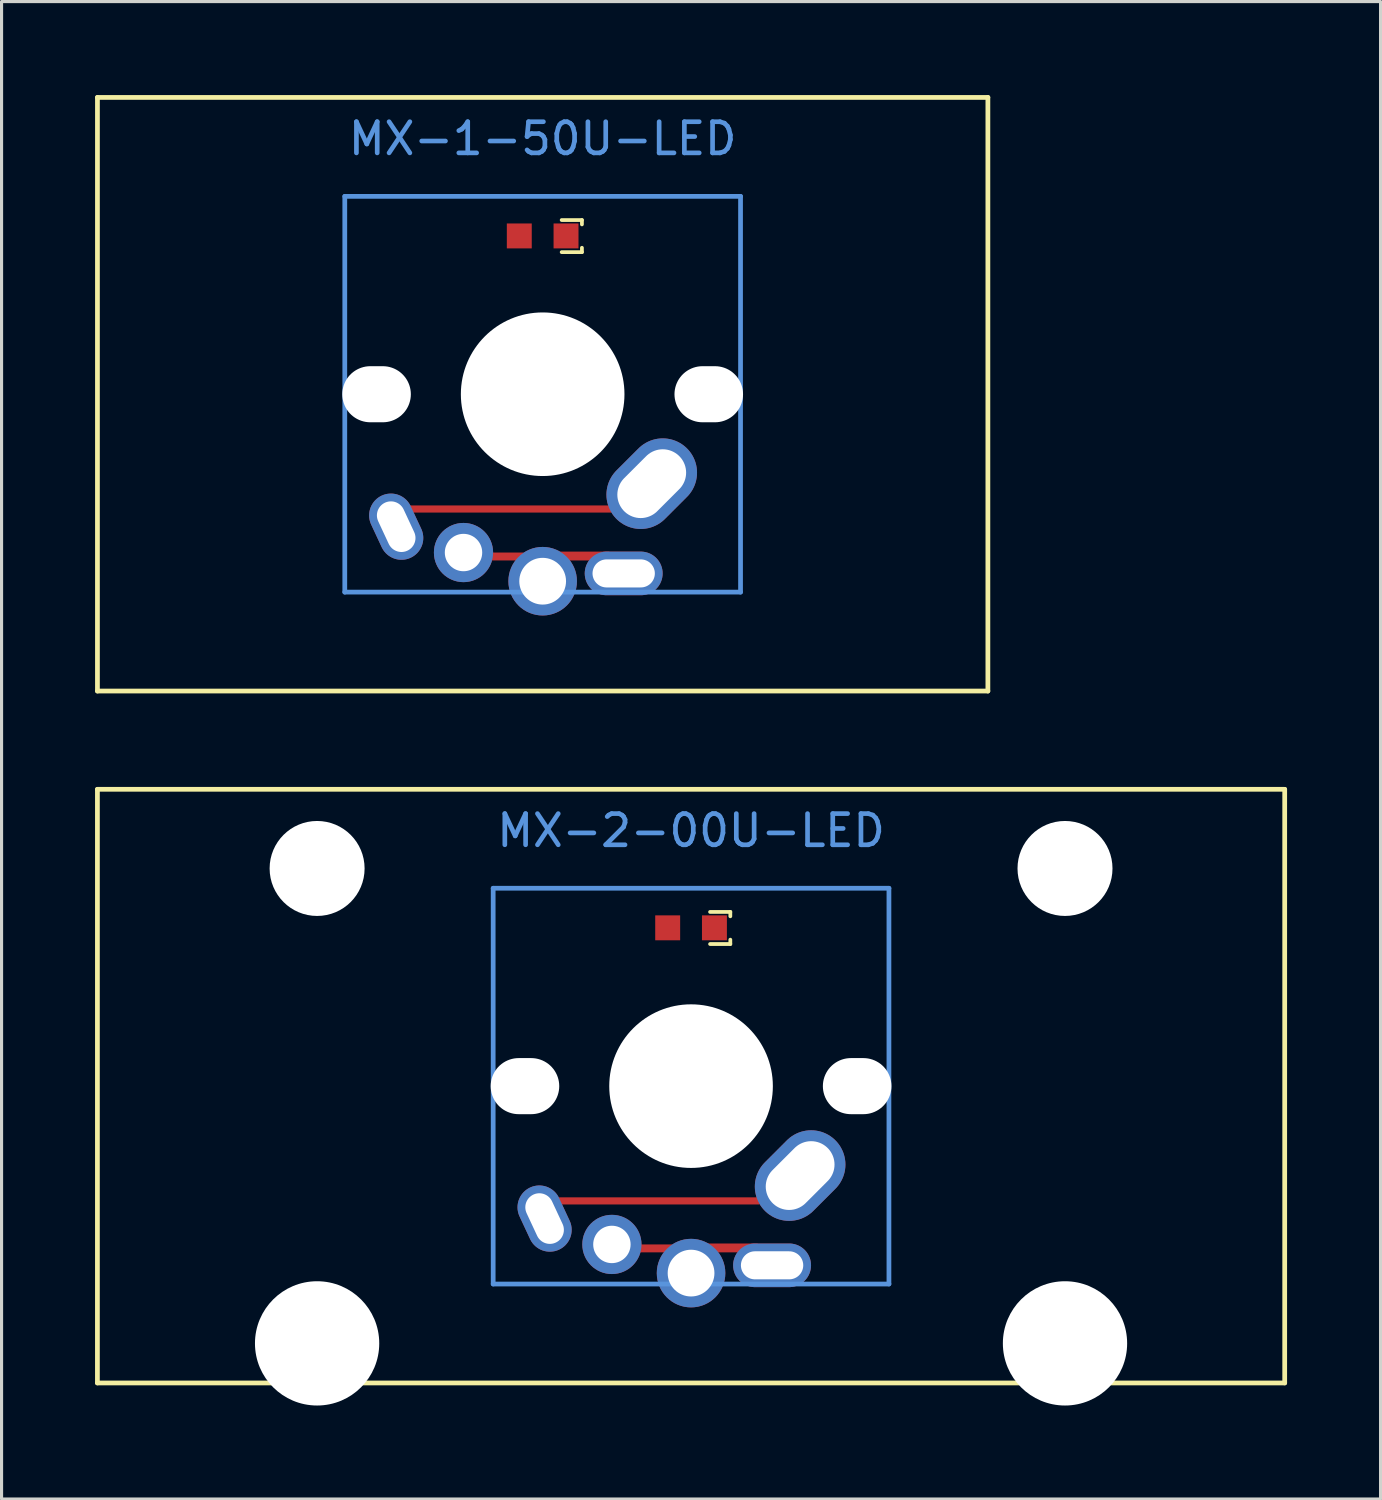
<source format=kicad_pcb>
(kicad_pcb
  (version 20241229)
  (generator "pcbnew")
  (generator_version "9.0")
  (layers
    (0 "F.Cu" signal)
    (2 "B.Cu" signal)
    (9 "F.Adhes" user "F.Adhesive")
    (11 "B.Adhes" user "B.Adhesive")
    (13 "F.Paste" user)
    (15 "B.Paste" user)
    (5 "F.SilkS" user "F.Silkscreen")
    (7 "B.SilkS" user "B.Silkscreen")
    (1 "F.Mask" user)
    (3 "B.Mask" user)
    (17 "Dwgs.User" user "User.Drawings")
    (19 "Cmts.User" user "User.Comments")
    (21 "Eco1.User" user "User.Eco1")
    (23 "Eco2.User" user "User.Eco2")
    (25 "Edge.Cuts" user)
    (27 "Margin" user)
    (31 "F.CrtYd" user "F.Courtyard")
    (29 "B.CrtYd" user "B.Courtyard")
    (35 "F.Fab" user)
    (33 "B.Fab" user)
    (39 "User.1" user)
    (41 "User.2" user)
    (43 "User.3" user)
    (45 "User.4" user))
  (footprint "MX-2-00U-LED"
    (layer "F.Cu")
    (at 19.126 26.724)
    (property "Reference" "MX-2-00U-LED" (at 0 -3.12 0) (layer "Cmts.User") (effects (font (size 1 1) (thickness 0.15))))
    (fp_line (start -19.05 -4.445) (end 19.05 -4.445) (stroke (width 0.152) (type solid)) (layer "F.SilkS"))
    (fp_line (start -19.05 14.605) (end -19.05 -4.445) (stroke (width 0.152) (type solid)) (layer "F.SilkS"))
    (fp_line (start 0.61 -0.51) (end 1.26 -0.51) (stroke (width 0.12) (type solid)) (layer "F.SilkS"))
    (fp_line (start 0.61 0.52) (end 1.26 0.52) (stroke (width 0.12) (type solid)) (layer "F.SilkS"))
    (fp_line (start 1.26 -0.51) (end 1.26 -0.37) (stroke (width 0.12) (type solid)) (layer "F.SilkS"))
    (fp_line (start 1.26 0.52) (end 1.26 0.38) (stroke (width 0.12) (type solid)) (layer "F.SilkS"))
    (fp_line (start 19.05 -4.445) (end 19.05 14.605) (stroke (width 0.152) (type solid)) (layer "F.SilkS"))
    (fp_line (start 19.05 14.605) (end -19.05 14.605) (stroke (width 0.152) (type solid)) (layer "F.SilkS"))
    (fp_line (start -6.35 -1.27) (end 6.35 -1.27) (stroke (width 0.152) (type solid)) (layer "Cmts.User"))
    (fp_line (start -6.35 11.43) (end -6.35 -1.27) (stroke (width 0.152) (type solid)) (layer "Cmts.User"))
    (fp_line (start 6.35 -1.27) (end 6.35 11.43) (stroke (width 0.152) (type solid)) (layer "Cmts.User"))
    (fp_line (start 6.35 11.43) (end -6.35 11.43) (stroke (width 0.152) (type solid)) (layer "Cmts.User"))
    (fp_line (start -7.798 -0.925) (end -6.985 -0.925) (stroke (width 0.152) (type solid)) (layer "Eco2.User"))
    (fp_line (start -7.798 2.576) (end -7.798 -0.925) (stroke (width 0.152) (type solid)) (layer "Eco2.User"))
    (fp_line (start -7.798 7.584) (end -6.985 7.584) (stroke (width 0.152) (type solid)) (layer "Eco2.User"))
    (fp_line (start -7.798 11.085) (end -7.798 7.584) (stroke (width 0.152) (type solid)) (layer "Eco2.User"))
    (fp_line (start -6.985 -1.905) (end 6.985 -1.905) (stroke (width 0.152) (type solid)) (layer "Eco2.User"))
    (fp_line (start -6.985 -0.925) (end -6.985 -1.905) (stroke (width 0.152) (type solid)) (layer "Eco2.User"))
    (fp_line (start -6.985 2.576) (end -7.798 2.576) (stroke (width 0.152) (type solid)) (layer "Eco2.User"))
    (fp_line (start -6.985 7.584) (end -6.985 2.576) (stroke (width 0.152) (type solid)) (layer "Eco2.User"))
    (fp_line (start -6.985 11.085) (end -7.798 11.085) (stroke (width 0.152) (type solid)) (layer "Eco2.User"))
    (fp_line (start -6.985 12.065) (end -6.985 11.085) (stroke (width 0.152) (type solid)) (layer "Eco2.User"))
    (fp_line (start 6.985 -1.905) (end 6.985 -0.925) (stroke (width 0.152) (type solid)) (layer "Eco2.User"))
    (fp_line (start 6.985 -0.925) (end 7.798 -0.925) (stroke (width 0.152) (type solid)) (layer "Eco2.User"))
    (fp_line (start 6.985 2.576) (end 6.985 7.584) (stroke (width 0.152) (type solid)) (layer "Eco2.User"))
    (fp_line (start 6.985 7.584) (end 7.798 7.584) (stroke (width 0.152) (type solid)) (layer "Eco2.User"))
    (fp_line (start 6.985 11.085) (end 6.985 12.065) (stroke (width 0.152) (type solid)) (layer "Eco2.User"))
    (fp_line (start 6.985 12.065) (end -6.985 12.065) (stroke (width 0.152) (type solid)) (layer "Eco2.User"))
    (fp_line (start 7.798 -0.925) (end 7.798 2.576) (stroke (width 0.152) (type solid)) (layer "Eco2.User"))
    (fp_line (start 7.798 2.576) (end 6.985 2.576) (stroke (width 0.152) (type solid)) (layer "Eco2.User"))
    (fp_line (start 7.798 7.584) (end 7.798 11.085) (stroke (width 0.152) (type solid)) (layer "Eco2.User"))
    (fp_line (start 7.798 11.085) (end 6.985 11.085) (stroke (width 0.152) (type solid)) (layer "Eco2.User"))
    (pad "" np_thru_hole circle (at -12 -1.905 180) (size 3.048 3.048) (drill 3.048) (layers "*.Cu" "*.Mask"))
    (pad "" np_thru_hole circle (at -12 13.335 180) (size 3.988 3.988) (drill 3.988) (layers "*.Cu" "*.Mask"))
    (pad "" np_thru_hole oval (at -5.33 5.08 270) (size 1.8 2.2) (drill oval 1.8 2.2) (layers "*.Cu" "*.Mask"))
    (pad "" np_thru_hole circle (at 0 5.08 180) (size 5.25 5.25) (drill 5.25) (layers "*.Cu" "*.Mask"))
    (pad "" np_thru_hole oval (at 5.33 5.08 270) (size 1.8 2.2) (drill oval 1.8 2.2) (layers "*.Cu" "*.Mask"))
    (pad "" np_thru_hole circle (at 12 -1.905 180) (size 3.048 3.048) (drill 3.048) (layers "*.Cu" "*.Mask"))
    (pad "" np_thru_hole circle (at 12 13.335 180) (size 3.988 3.988) (drill 3.988) (layers "*.Cu" "*.Mask"))
    (pad "1" thru_hole oval (at -4.7 9.33 205) (size 1.4 2.2) (drill oval 0.9 1.7) (layers "*.Cu" "*.Mask"))
    (pad "1" smd rect (at -1.219 8.763 270) (size 0.229 6.833) (layers "F.Cu" "F.Mask" "F.Paste"))
    (pad "1" thru_hole oval (at 3.5 7.95 225) (size 3.2 2.2) (drill oval 2.5 1.5) (layers "*.Cu" "*.Mask"))
    (pad "2" thru_hole circle (at -2.54 10.16 90) (size 1.9 1.9) (drill 1.2) (layers "*.Cu" "*.Mask"))
    (pad "2" smd rect (at -1.27 10.287 270) (size 0.254 1.312) (layers "F.Cu" "F.Mask" "F.Paste"))
    (pad "2" thru_hole circle (at 0 11.08 90) (size 2.2 2.2) (drill 1.5) (layers "*.Cu" "*.Mask"))
    (pad "2" smd rect (at 1.26 10.272 270) (size 0.284 1.758) (layers "F.Cu" "F.Mask" "F.Paste"))
    (pad "2" thru_hole oval (at 2.6 10.83 270) (size 1.4 2.5) (drill oval 0.9 2) (layers "*.Cu" "*.Mask"))
    (pad "3" smd rect (at 0.75 0 90) (size 0.8 0.8) (layers "F.Cu" "F.Mask" "F.Paste"))
    (pad "4" smd rect (at -0.75 0 90) (size 0.8 0.8) (layers "F.Cu" "F.Mask" "F.Paste")))
  (footprint "MX-1-50U-LED"
    (layer "F.Cu")
    (at 14.364 4.521)
    (property "Reference" "MX-1-50U-LED" (at 0 -3.12 0) (layer "Cmts.User") (effects (font (size 1 1) (thickness 0.15))))
    (fp_line (start -14.287 -4.445) (end 14.287 -4.445) (stroke (width 0.152) (type solid)) (layer "F.SilkS"))
    (fp_line (start -14.287 14.605) (end -14.287 -4.445) (stroke (width 0.152) (type solid)) (layer "F.SilkS"))
    (fp_line (start 0.61 -0.51) (end 1.26 -0.51) (stroke (width 0.12) (type solid)) (layer "F.SilkS"))
    (fp_line (start 0.61 0.52) (end 1.26 0.52) (stroke (width 0.12) (type solid)) (layer "F.SilkS"))
    (fp_line (start 1.26 -0.51) (end 1.26 -0.37) (stroke (width 0.12) (type solid)) (layer "F.SilkS"))
    (fp_line (start 1.26 0.52) (end 1.26 0.38) (stroke (width 0.12) (type solid)) (layer "F.SilkS"))
    (fp_line (start 14.287 -4.445) (end 14.287 14.605) (stroke (width 0.152) (type solid)) (layer "F.SilkS"))
    (fp_line (start 14.287 14.605) (end -14.287 14.605) (stroke (width 0.152) (type solid)) (layer "F.SilkS"))
    (fp_line (start -6.35 -1.27) (end 6.35 -1.27) (stroke (width 0.152) (type solid)) (layer "Cmts.User"))
    (fp_line (start -6.35 11.43) (end -6.35 -1.27) (stroke (width 0.152) (type solid)) (layer "Cmts.User"))
    (fp_line (start 6.35 -1.27) (end 6.35 11.43) (stroke (width 0.152) (type solid)) (layer "Cmts.User"))
    (fp_line (start 6.35 11.43) (end -6.35 11.43) (stroke (width 0.152) (type solid)) (layer "Cmts.User"))
    (fp_line (start -7.798 -0.925) (end -6.985 -0.925) (stroke (width 0.152) (type solid)) (layer "Eco2.User"))
    (fp_line (start -7.798 2.576) (end -7.798 -0.925) (stroke (width 0.152) (type solid)) (layer "Eco2.User"))
    (fp_line (start -7.798 7.584) (end -6.985 7.584) (stroke (width 0.152) (type solid)) (layer "Eco2.User"))
    (fp_line (start -7.798 11.085) (end -7.798 7.584) (stroke (width 0.152) (type solid)) (layer "Eco2.User"))
    (fp_line (start -6.985 -1.905) (end 6.985 -1.905) (stroke (width 0.152) (type solid)) (layer "Eco2.User"))
    (fp_line (start -6.985 -0.925) (end -6.985 -1.905) (stroke (width 0.152) (type solid)) (layer "Eco2.User"))
    (fp_line (start -6.985 2.576) (end -7.798 2.576) (stroke (width 0.152) (type solid)) (layer "Eco2.User"))
    (fp_line (start -6.985 7.584) (end -6.985 2.576) (stroke (width 0.152) (type solid)) (layer "Eco2.User"))
    (fp_line (start -6.985 11.085) (end -7.798 11.085) (stroke (width 0.152) (type solid)) (layer "Eco2.User"))
    (fp_line (start -6.985 12.065) (end -6.985 11.085) (stroke (width 0.152) (type solid)) (layer "Eco2.User"))
    (fp_line (start 6.985 -1.905) (end 6.985 -0.925) (stroke (width 0.152) (type solid)) (layer "Eco2.User"))
    (fp_line (start 6.985 -0.925) (end 7.798 -0.925) (stroke (width 0.152) (type solid)) (layer "Eco2.User"))
    (fp_line (start 6.985 2.576) (end 6.985 7.584) (stroke (width 0.152) (type solid)) (layer "Eco2.User"))
    (fp_line (start 6.985 7.584) (end 7.798 7.584) (stroke (width 0.152) (type solid)) (layer "Eco2.User"))
    (fp_line (start 6.985 11.085) (end 6.985 12.065) (stroke (width 0.152) (type solid)) (layer "Eco2.User"))
    (fp_line (start 6.985 12.065) (end -6.985 12.065) (stroke (width 0.152) (type solid)) (layer "Eco2.User"))
    (fp_line (start 7.798 -0.925) (end 7.798 2.576) (stroke (width 0.152) (type solid)) (layer "Eco2.User"))
    (fp_line (start 7.798 2.576) (end 6.985 2.576) (stroke (width 0.152) (type solid)) (layer "Eco2.User"))
    (fp_line (start 7.798 7.584) (end 7.798 11.085) (stroke (width 0.152) (type solid)) (layer "Eco2.User"))
    (fp_line (start 7.798 11.085) (end 6.985 11.085) (stroke (width 0.152) (type solid)) (layer "Eco2.User"))
    (pad "" np_thru_hole oval (at -5.33 5.08 270) (size 1.8 2.2) (drill oval 1.8 2.2) (layers "*.Cu" "*.Mask"))
    (pad "" np_thru_hole circle (at 0 5.08 180) (size 5.25 5.25) (drill 5.25) (layers "*.Cu" "*.Mask"))
    (pad "" np_thru_hole oval (at 5.33 5.08 270) (size 1.8 2.2) (drill oval 1.8 2.2) (layers "*.Cu" "*.Mask"))
    (pad "1" thru_hole oval (at -4.7 9.33 205) (size 1.4 2.2) (drill oval 0.9 1.7) (layers "*.Cu" "*.Mask"))
    (pad "1" smd rect (at -1.219 8.763 270) (size 0.229 6.833) (layers "F.Cu" "F.Mask" "F.Paste"))
    (pad "1" thru_hole oval (at 3.5 7.95 225) (size 3.2 2.2) (drill oval 2.5 1.5) (layers "*.Cu" "*.Mask"))
    (pad "2" thru_hole circle (at -2.54 10.16 90) (size 1.9 1.9) (drill 1.2) (layers "*.Cu" "*.Mask"))
    (pad "2" smd rect (at -1.27 10.287 270) (size 0.254 1.312) (layers "F.Cu" "F.Mask" "F.Paste"))
    (pad "2" thru_hole circle (at 0 11.08 90) (size 2.2 2.2) (drill 1.5) (layers "*.Cu" "*.Mask"))
    (pad "2" smd rect (at 1.26 10.272 270) (size 0.284 1.758) (layers "F.Cu" "F.Mask" "F.Paste"))
    (pad "2" thru_hole oval (at 2.6 10.83 270) (size 1.4 2.5) (drill oval 0.9 2) (layers "*.Cu" "*.Mask"))
    (pad "3" smd rect (at 0.75 0 90) (size 0.8 0.8) (layers "F.Cu" "F.Mask" "F.Paste"))
    (pad "4" smd rect (at -0.75 0 90) (size 0.8 0.8) (layers "F.Cu" "F.Mask" "F.Paste")))
  (gr_rect
    (start -3 -3)
    (end 41.252 45.053)
    (stroke (width 0.1) (type default))
    (fill no)
    (layer "Edge.Cuts")))
</source>
